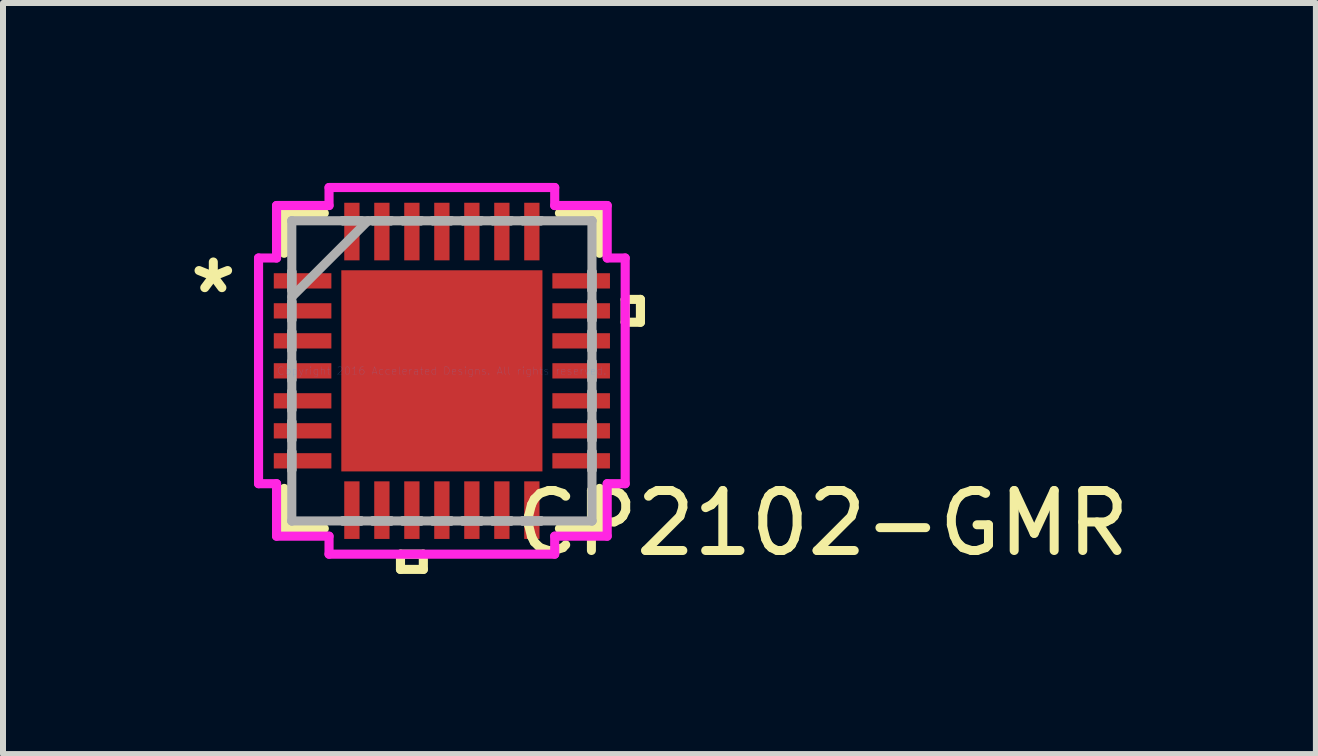
<source format=kicad_pcb>
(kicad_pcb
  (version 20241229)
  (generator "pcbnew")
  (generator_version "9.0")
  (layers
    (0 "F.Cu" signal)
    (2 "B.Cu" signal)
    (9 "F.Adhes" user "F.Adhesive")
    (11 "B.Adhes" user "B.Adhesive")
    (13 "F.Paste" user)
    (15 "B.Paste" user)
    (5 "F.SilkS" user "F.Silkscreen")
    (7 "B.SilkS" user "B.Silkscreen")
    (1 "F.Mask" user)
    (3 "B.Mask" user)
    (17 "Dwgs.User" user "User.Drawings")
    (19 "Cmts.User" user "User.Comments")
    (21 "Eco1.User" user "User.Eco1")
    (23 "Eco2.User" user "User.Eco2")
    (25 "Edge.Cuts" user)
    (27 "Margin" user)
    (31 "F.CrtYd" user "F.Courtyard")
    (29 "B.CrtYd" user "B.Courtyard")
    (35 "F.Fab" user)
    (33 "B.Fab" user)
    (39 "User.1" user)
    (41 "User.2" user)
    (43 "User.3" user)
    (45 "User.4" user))
  (footprint "CP2102-GMR"
    (layer "F.Cu")
    (at 4.316 3.132)
    (property "Reference" "CP2102-GMR" (at 6.35 2.54 0) (layer "F.SilkS") (effects (font (size 1 1) (thickness 0.15))))
    (attr through_hole)
    (fp_line (start -2.629 -2.629) (end -2.629 -1.96) (stroke (width 0.152) (type solid)) (layer "F.SilkS"))
    (fp_line (start -2.629 1.96) (end -2.629 2.629) (stroke (width 0.152) (type solid)) (layer "F.SilkS"))
    (fp_line (start -2.629 2.629) (end -1.96 2.629) (stroke (width 0.152) (type solid)) (layer "F.SilkS"))
    (fp_line (start -1.96 -2.629) (end -2.629 -2.629) (stroke (width 0.152) (type solid)) (layer "F.SilkS"))
    (fp_line (start -0.69 3.056) (end -0.69 3.31) (stroke (width 0.152) (type solid)) (layer "F.SilkS"))
    (fp_line (start -0.69 3.31) (end -0.309 3.31) (stroke (width 0.152) (type solid)) (layer "F.SilkS"))
    (fp_line (start -0.309 3.056) (end -0.69 3.056) (stroke (width 0.152) (type solid)) (layer "F.SilkS"))
    (fp_line (start -0.309 3.31) (end -0.309 3.056) (stroke (width 0.152) (type solid)) (layer "F.SilkS"))
    (fp_line (start 1.96 2.629) (end 2.629 2.629) (stroke (width 0.152) (type solid)) (layer "F.SilkS"))
    (fp_line (start 2.629 -2.629) (end 1.96 -2.629) (stroke (width 0.152) (type solid)) (layer "F.SilkS"))
    (fp_line (start 2.629 -1.96) (end 2.629 -2.629) (stroke (width 0.152) (type solid)) (layer "F.SilkS"))
    (fp_line (start 2.629 2.629) (end 2.629 1.96) (stroke (width 0.152) (type solid)) (layer "F.SilkS"))
    (fp_line (start 3.056 -1.191) (end 3.31 -1.191) (stroke (width 0.152) (type solid)) (layer "F.SilkS"))
    (fp_line (start 3.056 -0.81) (end 3.056 -1.191) (stroke (width 0.152) (type solid)) (layer "F.SilkS"))
    (fp_line (start 3.31 -1.191) (end 3.31 -0.81) (stroke (width 0.152) (type solid)) (layer "F.SilkS"))
    (fp_line (start 3.31 -0.81) (end 3.056 -0.81) (stroke (width 0.152) (type solid)) (layer "F.SilkS"))
    (fp_line (start -1.576 -1.576) (end -1.576 -0.1) (stroke (width 0.152) (type solid)) (layer "F.Paste"))
    (fp_line (start -1.576 -0.1) (end -0.1 -0.1) (stroke (width 0.152) (type solid)) (layer "F.Paste"))
    (fp_line (start -1.576 0.1) (end -1.576 1.576) (stroke (width 0.152) (type solid)) (layer "F.Paste"))
    (fp_line (start -1.576 1.576) (end -0.1 1.576) (stroke (width 0.152) (type solid)) (layer "F.Paste"))
    (fp_line (start -0.1 -1.576) (end -1.576 -1.576) (stroke (width 0.152) (type solid)) (layer "F.Paste"))
    (fp_line (start -0.1 -0.1) (end -0.1 -1.576) (stroke (width 0.152) (type solid)) (layer "F.Paste"))
    (fp_line (start -0.1 0.1) (end -1.576 0.1) (stroke (width 0.152) (type solid)) (layer "F.Paste"))
    (fp_line (start -0.1 1.576) (end -0.1 0.1) (stroke (width 0.152) (type solid)) (layer "F.Paste"))
    (fp_line (start 0.1 -1.576) (end 0.1 -0.1) (stroke (width 0.152) (type solid)) (layer "F.Paste"))
    (fp_line (start 0.1 -0.1) (end 1.576 -0.1) (stroke (width 0.152) (type solid)) (layer "F.Paste"))
    (fp_line (start 0.1 0.1) (end 0.1 1.576) (stroke (width 0.152) (type solid)) (layer "F.Paste"))
    (fp_line (start 0.1 1.576) (end 1.576 1.576) (stroke (width 0.152) (type solid)) (layer "F.Paste"))
    (fp_line (start 1.576 -1.576) (end 0.1 -1.576) (stroke (width 0.152) (type solid)) (layer "F.Paste"))
    (fp_line (start 1.576 -0.1) (end 1.576 -1.576) (stroke (width 0.152) (type solid)) (layer "F.Paste"))
    (fp_line (start 1.576 0.1) (end 0.1 0.1) (stroke (width 0.152) (type solid)) (layer "F.Paste"))
    (fp_line (start 1.576 1.576) (end 1.576 0.1) (stroke (width 0.152) (type solid)) (layer "F.Paste"))
    (fp_line (start -3.056 -1.881) (end -2.756 -1.881) (stroke (width 0.152) (type solid)) (layer "F.CrtYd"))
    (fp_line (start -3.056 1.881) (end -3.056 -1.881) (stroke (width 0.152) (type solid)) (layer "F.CrtYd"))
    (fp_line (start -2.756 -2.756) (end -1.881 -2.756) (stroke (width 0.152) (type solid)) (layer "F.CrtYd"))
    (fp_line (start -2.756 -1.881) (end -2.756 -2.756) (stroke (width 0.152) (type solid)) (layer "F.CrtYd"))
    (fp_line (start -2.756 1.881) (end -3.056 1.881) (stroke (width 0.152) (type solid)) (layer "F.CrtYd"))
    (fp_line (start -2.756 2.756) (end -2.756 1.881) (stroke (width 0.152) (type solid)) (layer "F.CrtYd"))
    (fp_line (start -1.881 -3.056) (end 1.881 -3.056) (stroke (width 0.152) (type solid)) (layer "F.CrtYd"))
    (fp_line (start -1.881 -2.756) (end -1.881 -3.056) (stroke (width 0.152) (type solid)) (layer "F.CrtYd"))
    (fp_line (start -1.881 2.756) (end -2.756 2.756) (stroke (width 0.152) (type solid)) (layer "F.CrtYd"))
    (fp_line (start -1.881 3.056) (end -1.881 2.756) (stroke (width 0.152) (type solid)) (layer "F.CrtYd"))
    (fp_line (start 1.881 -3.056) (end 1.881 -2.756) (stroke (width 0.152) (type solid)) (layer "F.CrtYd"))
    (fp_line (start 1.881 -2.756) (end 2.756 -2.756) (stroke (width 0.152) (type solid)) (layer "F.CrtYd"))
    (fp_line (start 1.881 2.756) (end 1.881 3.056) (stroke (width 0.152) (type solid)) (layer "F.CrtYd"))
    (fp_line (start 1.881 3.056) (end -1.881 3.056) (stroke (width 0.152) (type solid)) (layer "F.CrtYd"))
    (fp_line (start 2.756 -2.756) (end 2.756 -1.881) (stroke (width 0.152) (type solid)) (layer "F.CrtYd"))
    (fp_line (start 2.756 -1.881) (end 3.056 -1.881) (stroke (width 0.152) (type solid)) (layer "F.CrtYd"))
    (fp_line (start 2.756 1.881) (end 2.756 2.756) (stroke (width 0.152) (type solid)) (layer "F.CrtYd"))
    (fp_line (start 2.756 2.756) (end 1.881 2.756) (stroke (width 0.152) (type solid)) (layer "F.CrtYd"))
    (fp_line (start 3.056 -1.881) (end 3.056 1.881) (stroke (width 0.152) (type solid)) (layer "F.CrtYd"))
    (fp_line (start 3.056 1.881) (end 2.756 1.881) (stroke (width 0.152) (type solid)) (layer "F.CrtYd"))
    (fp_line (start -2.502 -2.502) (end -2.502 -2.502) (stroke (width 0.152) (type solid)) (layer "F.Fab"))
    (fp_line (start -2.502 -2.502) (end -2.502 2.502) (stroke (width 0.152) (type solid)) (layer "F.Fab"))
    (fp_line (start -2.502 -1.652) (end -2.502 -1.652) (stroke (width 0.152) (type solid)) (layer "F.Fab"))
    (fp_line (start -2.502 -1.652) (end -2.502 -1.348) (stroke (width 0.152) (type solid)) (layer "F.Fab"))
    (fp_line (start -2.502 -1.348) (end -2.502 -1.652) (stroke (width 0.152) (type solid)) (layer "F.Fab"))
    (fp_line (start -2.502 -1.348) (end -2.502 -1.348) (stroke (width 0.152) (type solid)) (layer "F.Fab"))
    (fp_line (start -2.502 -1.232) (end -1.232 -2.502) (stroke (width 0.152) (type solid)) (layer "F.Fab"))
    (fp_line (start -2.502 -1.152) (end -2.502 -1.152) (stroke (width 0.152) (type solid)) (layer "F.Fab"))
    (fp_line (start -2.502 -1.152) (end -2.502 -0.848) (stroke (width 0.152) (type solid)) (layer "F.Fab"))
    (fp_line (start -2.502 -0.848) (end -2.502 -1.152) (stroke (width 0.152) (type solid)) (layer "F.Fab"))
    (fp_line (start -2.502 -0.848) (end -2.502 -0.848) (stroke (width 0.152) (type solid)) (layer "F.Fab"))
    (fp_line (start -2.502 -0.652) (end -2.502 -0.652) (stroke (width 0.152) (type solid)) (layer "F.Fab"))
    (fp_line (start -2.502 -0.652) (end -2.502 -0.348) (stroke (width 0.152) (type solid)) (layer "F.Fab"))
    (fp_line (start -2.502 -0.348) (end -2.502 -0.652) (stroke (width 0.152) (type solid)) (layer "F.Fab"))
    (fp_line (start -2.502 -0.348) (end -2.502 -0.348) (stroke (width 0.152) (type solid)) (layer "F.Fab"))
    (fp_line (start -2.502 -0.152) (end -2.502 -0.152) (stroke (width 0.152) (type solid)) (layer "F.Fab"))
    (fp_line (start -2.502 -0.152) (end -2.502 0.152) (stroke (width 0.152) (type solid)) (layer "F.Fab"))
    (fp_line (start -2.502 0.152) (end -2.502 -0.152) (stroke (width 0.152) (type solid)) (layer "F.Fab"))
    (fp_line (start -2.502 0.152) (end -2.502 0.152) (stroke (width 0.152) (type solid)) (layer "F.Fab"))
    (fp_line (start -2.502 0.348) (end -2.502 0.348) (stroke (width 0.152) (type solid)) (layer "F.Fab"))
    (fp_line (start -2.502 0.348) (end -2.502 0.652) (stroke (width 0.152) (type solid)) (layer "F.Fab"))
    (fp_line (start -2.502 0.652) (end -2.502 0.348) (stroke (width 0.152) (type solid)) (layer "F.Fab"))
    (fp_line (start -2.502 0.652) (end -2.502 0.652) (stroke (width 0.152) (type solid)) (layer "F.Fab"))
    (fp_line (start -2.502 0.848) (end -2.502 0.848) (stroke (width 0.152) (type solid)) (layer "F.Fab"))
    (fp_line (start -2.502 0.848) (end -2.502 1.152) (stroke (width 0.152) (type solid)) (layer "F.Fab"))
    (fp_line (start -2.502 1.152) (end -2.502 0.848) (stroke (width 0.152) (type solid)) (layer "F.Fab"))
    (fp_line (start -2.502 1.152) (end -2.502 1.152) (stroke (width 0.152) (type solid)) (layer "F.Fab"))
    (fp_line (start -2.502 1.348) (end -2.502 1.348) (stroke (width 0.152) (type solid)) (layer "F.Fab"))
    (fp_line (start -2.502 1.348) (end -2.502 1.652) (stroke (width 0.152) (type solid)) (layer "F.Fab"))
    (fp_line (start -2.502 1.652) (end -2.502 1.348) (stroke (width 0.152) (type solid)) (layer "F.Fab"))
    (fp_line (start -2.502 1.652) (end -2.502 1.652) (stroke (width 0.152) (type solid)) (layer "F.Fab"))
    (fp_line (start -2.502 2.502) (end -2.502 2.502) (stroke (width 0.152) (type solid)) (layer "F.Fab"))
    (fp_line (start -2.502 2.502) (end 2.502 2.502) (stroke (width 0.152) (type solid)) (layer "F.Fab"))
    (fp_line (start -1.652 -2.502) (end -1.652 -2.502) (stroke (width 0.152) (type solid)) (layer "F.Fab"))
    (fp_line (start -1.652 -2.502) (end -1.348 -2.502) (stroke (width 0.152) (type solid)) (layer "F.Fab"))
    (fp_line (start -1.652 2.502) (end -1.652 2.502) (stroke (width 0.152) (type solid)) (layer "F.Fab"))
    (fp_line (start -1.652 2.502) (end -1.348 2.502) (stroke (width 0.152) (type solid)) (layer "F.Fab"))
    (fp_line (start -1.348 -2.502) (end -1.652 -2.502) (stroke (width 0.152) (type solid)) (layer "F.Fab"))
    (fp_line (start -1.348 -2.502) (end -1.348 -2.502) (stroke (width 0.152) (type solid)) (layer "F.Fab"))
    (fp_line (start -1.348 2.502) (end -1.652 2.502) (stroke (width 0.152) (type solid)) (layer "F.Fab"))
    (fp_line (start -1.348 2.502) (end -1.348 2.502) (stroke (width 0.152) (type solid)) (layer "F.Fab"))
    (fp_line (start -1.152 -2.502) (end -1.152 -2.502) (stroke (width 0.152) (type solid)) (layer "F.Fab"))
    (fp_line (start -1.152 -2.502) (end -0.848 -2.502) (stroke (width 0.152) (type solid)) (layer "F.Fab"))
    (fp_line (start -1.152 2.502) (end -1.152 2.502) (stroke (width 0.152) (type solid)) (layer "F.Fab"))
    (fp_line (start -1.152 2.502) (end -0.848 2.502) (stroke (width 0.152) (type solid)) (layer "F.Fab"))
    (fp_line (start -0.848 -2.502) (end -1.152 -2.502) (stroke (width 0.152) (type solid)) (layer "F.Fab"))
    (fp_line (start -0.848 -2.502) (end -0.848 -2.502) (stroke (width 0.152) (type solid)) (layer "F.Fab"))
    (fp_line (start -0.848 2.502) (end -1.152 2.502) (stroke (width 0.152) (type solid)) (layer "F.Fab"))
    (fp_line (start -0.848 2.502) (end -0.848 2.502) (stroke (width 0.152) (type solid)) (layer "F.Fab"))
    (fp_line (start -0.652 -2.502) (end -0.652 -2.502) (stroke (width 0.152) (type solid)) (layer "F.Fab"))
    (fp_line (start -0.652 -2.502) (end -0.348 -2.502) (stroke (width 0.152) (type solid)) (layer "F.Fab"))
    (fp_line (start -0.652 2.502) (end -0.652 2.502) (stroke (width 0.152) (type solid)) (layer "F.Fab"))
    (fp_line (start -0.652 2.502) (end -0.348 2.502) (stroke (width 0.152) (type solid)) (layer "F.Fab"))
    (fp_line (start -0.348 -2.502) (end -0.652 -2.502) (stroke (width 0.152) (type solid)) (layer "F.Fab"))
    (fp_line (start -0.348 -2.502) (end -0.348 -2.502) (stroke (width 0.152) (type solid)) (layer "F.Fab"))
    (fp_line (start -0.348 2.502) (end -0.652 2.502) (stroke (width 0.152) (type solid)) (layer "F.Fab"))
    (fp_line (start -0.348 2.502) (end -0.348 2.502) (stroke (width 0.152) (type solid)) (layer "F.Fab"))
    (fp_line (start -0.152 -2.502) (end -0.152 -2.502) (stroke (width 0.152) (type solid)) (layer "F.Fab"))
    (fp_line (start -0.152 -2.502) (end 0.152 -2.502) (stroke (width 0.152) (type solid)) (layer "F.Fab"))
    (fp_line (start -0.152 2.502) (end -0.152 2.502) (stroke (width 0.152) (type solid)) (layer "F.Fab"))
    (fp_line (start -0.152 2.502) (end 0.152 2.502) (stroke (width 0.152) (type solid)) (layer "F.Fab"))
    (fp_line (start 0.152 -2.502) (end -0.152 -2.502) (stroke (width 0.152) (type solid)) (layer "F.Fab"))
    (fp_line (start 0.152 -2.502) (end 0.152 -2.502) (stroke (width 0.152) (type solid)) (layer "F.Fab"))
    (fp_line (start 0.152 2.502) (end -0.152 2.502) (stroke (width 0.152) (type solid)) (layer "F.Fab"))
    (fp_line (start 0.152 2.502) (end 0.152 2.502) (stroke (width 0.152) (type solid)) (layer "F.Fab"))
    (fp_line (start 0.348 -2.502) (end 0.348 -2.502) (stroke (width 0.152) (type solid)) (layer "F.Fab"))
    (fp_line (start 0.348 -2.502) (end 0.652 -2.502) (stroke (width 0.152) (type solid)) (layer "F.Fab"))
    (fp_line (start 0.348 2.502) (end 0.348 2.502) (stroke (width 0.152) (type solid)) (layer "F.Fab"))
    (fp_line (start 0.348 2.502) (end 0.652 2.502) (stroke (width 0.152) (type solid)) (layer "F.Fab"))
    (fp_line (start 0.652 -2.502) (end 0.348 -2.502) (stroke (width 0.152) (type solid)) (layer "F.Fab"))
    (fp_line (start 0.652 -2.502) (end 0.652 -2.502) (stroke (width 0.152) (type solid)) (layer "F.Fab"))
    (fp_line (start 0.652 2.502) (end 0.348 2.502) (stroke (width 0.152) (type solid)) (layer "F.Fab"))
    (fp_line (start 0.652 2.502) (end 0.652 2.502) (stroke (width 0.152) (type solid)) (layer "F.Fab"))
    (fp_line (start 0.848 -2.502) (end 0.848 -2.502) (stroke (width 0.152) (type solid)) (layer "F.Fab"))
    (fp_line (start 0.848 -2.502) (end 1.152 -2.502) (stroke (width 0.152) (type solid)) (layer "F.Fab"))
    (fp_line (start 0.848 2.502) (end 0.848 2.502) (stroke (width 0.152) (type solid)) (layer "F.Fab"))
    (fp_line (start 0.848 2.502) (end 1.152 2.502) (stroke (width 0.152) (type solid)) (layer "F.Fab"))
    (fp_line (start 1.152 -2.502) (end 0.848 -2.502) (stroke (width 0.152) (type solid)) (layer "F.Fab"))
    (fp_line (start 1.152 -2.502) (end 1.152 -2.502) (stroke (width 0.152) (type solid)) (layer "F.Fab"))
    (fp_line (start 1.152 2.502) (end 0.848 2.502) (stroke (width 0.152) (type solid)) (layer "F.Fab"))
    (fp_line (start 1.152 2.502) (end 1.152 2.502) (stroke (width 0.152) (type solid)) (layer "F.Fab"))
    (fp_line (start 1.348 -2.502) (end 1.348 -2.502) (stroke (width 0.152) (type solid)) (layer "F.Fab"))
    (fp_line (start 1.348 -2.502) (end 1.652 -2.502) (stroke (width 0.152) (type solid)) (layer "F.Fab"))
    (fp_line (start 1.348 2.502) (end 1.348 2.502) (stroke (width 0.152) (type solid)) (layer "F.Fab"))
    (fp_line (start 1.348 2.502) (end 1.652 2.502) (stroke (width 0.152) (type solid)) (layer "F.Fab"))
    (fp_line (start 1.652 -2.502) (end 1.348 -2.502) (stroke (width 0.152) (type solid)) (layer "F.Fab"))
    (fp_line (start 1.652 -2.502) (end 1.652 -2.502) (stroke (width 0.152) (type solid)) (layer "F.Fab"))
    (fp_line (start 1.652 2.502) (end 1.348 2.502) (stroke (width 0.152) (type solid)) (layer "F.Fab"))
    (fp_line (start 1.652 2.502) (end 1.652 2.502) (stroke (width 0.152) (type solid)) (layer "F.Fab"))
    (fp_line (start 2.502 -2.502) (end -2.502 -2.502) (stroke (width 0.152) (type solid)) (layer "F.Fab"))
    (fp_line (start 2.502 -2.502) (end 2.502 -2.502) (stroke (width 0.152) (type solid)) (layer "F.Fab"))
    (fp_line (start 2.502 -1.652) (end 2.502 -1.652) (stroke (width 0.152) (type solid)) (layer "F.Fab"))
    (fp_line (start 2.502 -1.652) (end 2.502 -1.348) (stroke (width 0.152) (type solid)) (layer "F.Fab"))
    (fp_line (start 2.502 -1.348) (end 2.502 -1.652) (stroke (width 0.152) (type solid)) (layer "F.Fab"))
    (fp_line (start 2.502 -1.348) (end 2.502 -1.348) (stroke (width 0.152) (type solid)) (layer "F.Fab"))
    (fp_line (start 2.502 -1.152) (end 2.502 -1.152) (stroke (width 0.152) (type solid)) (layer "F.Fab"))
    (fp_line (start 2.502 -1.152) (end 2.502 -0.848) (stroke (width 0.152) (type solid)) (layer "F.Fab"))
    (fp_line (start 2.502 -0.848) (end 2.502 -1.152) (stroke (width 0.152) (type solid)) (layer "F.Fab"))
    (fp_line (start 2.502 -0.848) (end 2.502 -0.848) (stroke (width 0.152) (type solid)) (layer "F.Fab"))
    (fp_line (start 2.502 -0.652) (end 2.502 -0.652) (stroke (width 0.152) (type solid)) (layer "F.Fab"))
    (fp_line (start 2.502 -0.652) (end 2.502 -0.348) (stroke (width 0.152) (type solid)) (layer "F.Fab"))
    (fp_line (start 2.502 -0.348) (end 2.502 -0.652) (stroke (width 0.152) (type solid)) (layer "F.Fab"))
    (fp_line (start 2.502 -0.348) (end 2.502 -0.348) (stroke (width 0.152) (type solid)) (layer "F.Fab"))
    (fp_line (start 2.502 -0.152) (end 2.502 -0.152) (stroke (width 0.152) (type solid)) (layer "F.Fab"))
    (fp_line (start 2.502 -0.152) (end 2.502 0.152) (stroke (width 0.152) (type solid)) (layer "F.Fab"))
    (fp_line (start 2.502 0.152) (end 2.502 -0.152) (stroke (width 0.152) (type solid)) (layer "F.Fab"))
    (fp_line (start 2.502 0.152) (end 2.502 0.152) (stroke (width 0.152) (type solid)) (layer "F.Fab"))
    (fp_line (start 2.502 0.348) (end 2.502 0.348) (stroke (width 0.152) (type solid)) (layer "F.Fab"))
    (fp_line (start 2.502 0.348) (end 2.502 0.652) (stroke (width 0.152) (type solid)) (layer "F.Fab"))
    (fp_line (start 2.502 0.652) (end 2.502 0.348) (stroke (width 0.152) (type solid)) (layer "F.Fab"))
    (fp_line (start 2.502 0.652) (end 2.502 0.652) (stroke (width 0.152) (type solid)) (layer "F.Fab"))
    (fp_line (start 2.502 0.848) (end 2.502 0.848) (stroke (width 0.152) (type solid)) (layer "F.Fab"))
    (fp_line (start 2.502 0.848) (end 2.502 1.152) (stroke (width 0.152) (type solid)) (layer "F.Fab"))
    (fp_line (start 2.502 1.152) (end 2.502 0.848) (stroke (width 0.152) (type solid)) (layer "F.Fab"))
    (fp_line (start 2.502 1.152) (end 2.502 1.152) (stroke (width 0.152) (type solid)) (layer "F.Fab"))
    (fp_line (start 2.502 1.348) (end 2.502 1.348) (stroke (width 0.152) (type solid)) (layer "F.Fab"))
    (fp_line (start 2.502 1.348) (end 2.502 1.652) (stroke (width 0.152) (type solid)) (layer "F.Fab"))
    (fp_line (start 2.502 1.652) (end 2.502 1.348) (stroke (width 0.152) (type solid)) (layer "F.Fab"))
    (fp_line (start 2.502 1.652) (end 2.502 1.652) (stroke (width 0.152) (type solid)) (layer "F.Fab"))
    (fp_line (start 2.502 2.502) (end 2.502 -2.502) (stroke (width 0.152) (type solid)) (layer "F.Fab"))
    (fp_line (start 2.502 2.502) (end 2.502 2.502) (stroke (width 0.152) (type solid)) (layer "F.Fab"))
    (fp_text user "*" (at -3.81 -1.27 0) (layer "F.SilkS") (effects (font (size 1 1) (thickness 0.15))))
    (fp_text user "Copyright 2016 Accelerated Designs. All rights reserved." (at 0 0 0) (layer "Cmts.User") (effects (font (size 0.127 0.127) (thickness 0.002))))
    (pad "1" smd rect (at -2.322 -1.5 90) (size 0.255 0.96) (layers "F.Cu" "F.Mask" "F.Paste"))
    (pad "2" smd rect (at -2.322 -1 90) (size 0.255 0.96) (layers "F.Cu" "F.Mask" "F.Paste"))
    (pad "3" smd rect (at -2.322 -0.5 90) (size 0.255 0.96) (layers "F.Cu" "F.Mask" "F.Paste"))
    (pad "4" smd rect (at -2.322 0 90) (size 0.255 0.96) (layers "F.Cu" "F.Mask" "F.Paste"))
    (pad "5" smd rect (at -2.322 0.5 90) (size 0.255 0.96) (layers "F.Cu" "F.Mask" "F.Paste"))
    (pad "6" smd rect (at -2.322 1 90) (size 0.255 0.96) (layers "F.Cu" "F.Mask" "F.Paste"))
    (pad "7" smd rect (at -2.322 1.5 90) (size 0.255 0.96) (layers "F.Cu" "F.Mask" "F.Paste"))
    (pad "8" smd rect (at -1.5 2.322) (size 0.255 0.96) (layers "F.Cu" "F.Mask" "F.Paste"))
    (pad "9" smd rect (at -1 2.322) (size 0.255 0.96) (layers "F.Cu" "F.Mask" "F.Paste"))
    (pad "10" smd rect (at -0.5 2.322) (size 0.255 0.96) (layers "F.Cu" "F.Mask" "F.Paste"))
    (pad "11" smd rect (at 0 2.322) (size 0.255 0.96) (layers "F.Cu" "F.Mask" "F.Paste"))
    (pad "12" smd rect (at 0.5 2.322) (size 0.255 0.96) (layers "F.Cu" "F.Mask" "F.Paste"))
    (pad "13" smd rect (at 1 2.322) (size 0.255 0.96) (layers "F.Cu" "F.Mask" "F.Paste"))
    (pad "14" smd rect (at 1.5 2.322) (size 0.255 0.96) (layers "F.Cu" "F.Mask" "F.Paste"))
    (pad "15" smd rect (at 2.322 1.5 90) (size 0.255 0.96) (layers "F.Cu" "F.Mask" "F.Paste"))
    (pad "16" smd rect (at 2.322 1 90) (size 0.255 0.96) (layers "F.Cu" "F.Mask" "F.Paste"))
    (pad "17" smd rect (at 2.322 0.5 90) (size 0.255 0.96) (layers "F.Cu" "F.Mask" "F.Paste"))
    (pad "18" smd rect (at 2.322 0 90) (size 0.255 0.96) (layers "F.Cu" "F.Mask" "F.Paste"))
    (pad "19" smd rect (at 2.322 -0.5 90) (size 0.255 0.96) (layers "F.Cu" "F.Mask" "F.Paste"))
    (pad "20" smd rect (at 2.322 -1 90) (size 0.255 0.96) (layers "F.Cu" "F.Mask" "F.Paste"))
    (pad "21" smd rect (at 2.322 -1.5 90) (size 0.255 0.96) (layers "F.Cu" "F.Mask" "F.Paste"))
    (pad "22" smd rect (at 1.5 -2.322) (size 0.255 0.96) (layers "F.Cu" "F.Mask" "F.Paste"))
    (pad "23" smd rect (at 1 -2.322) (size 0.255 0.96) (layers "F.Cu" "F.Mask" "F.Paste"))
    (pad "24" smd rect (at 0.5 -2.322) (size 0.255 0.96) (layers "F.Cu" "F.Mask" "F.Paste"))
    (pad "25" smd rect (at 0 -2.322) (size 0.255 0.96) (layers "F.Cu" "F.Mask" "F.Paste"))
    (pad "26" smd rect (at -0.5 -2.322) (size 0.255 0.96) (layers "F.Cu" "F.Mask" "F.Paste"))
    (pad "27" smd rect (at -1 -2.322) (size 0.255 0.96) (layers "F.Cu" "F.Mask" "F.Paste"))
    (pad "28" smd rect (at -1.5 -2.322) (size 0.255 0.96) (layers "F.Cu" "F.Mask" "F.Paste"))
    (pad "29" smd rect (at 0 0) (size 3.353 3.353) (layers "F.Cu" "F.Mask" "F.Paste")))
  (gr_rect
    (start -3 -3)
    (end 18.886 9.52)
    (stroke (width 0.1) (type default))
    (fill no)
    (layer "Edge.Cuts")))
</source>
